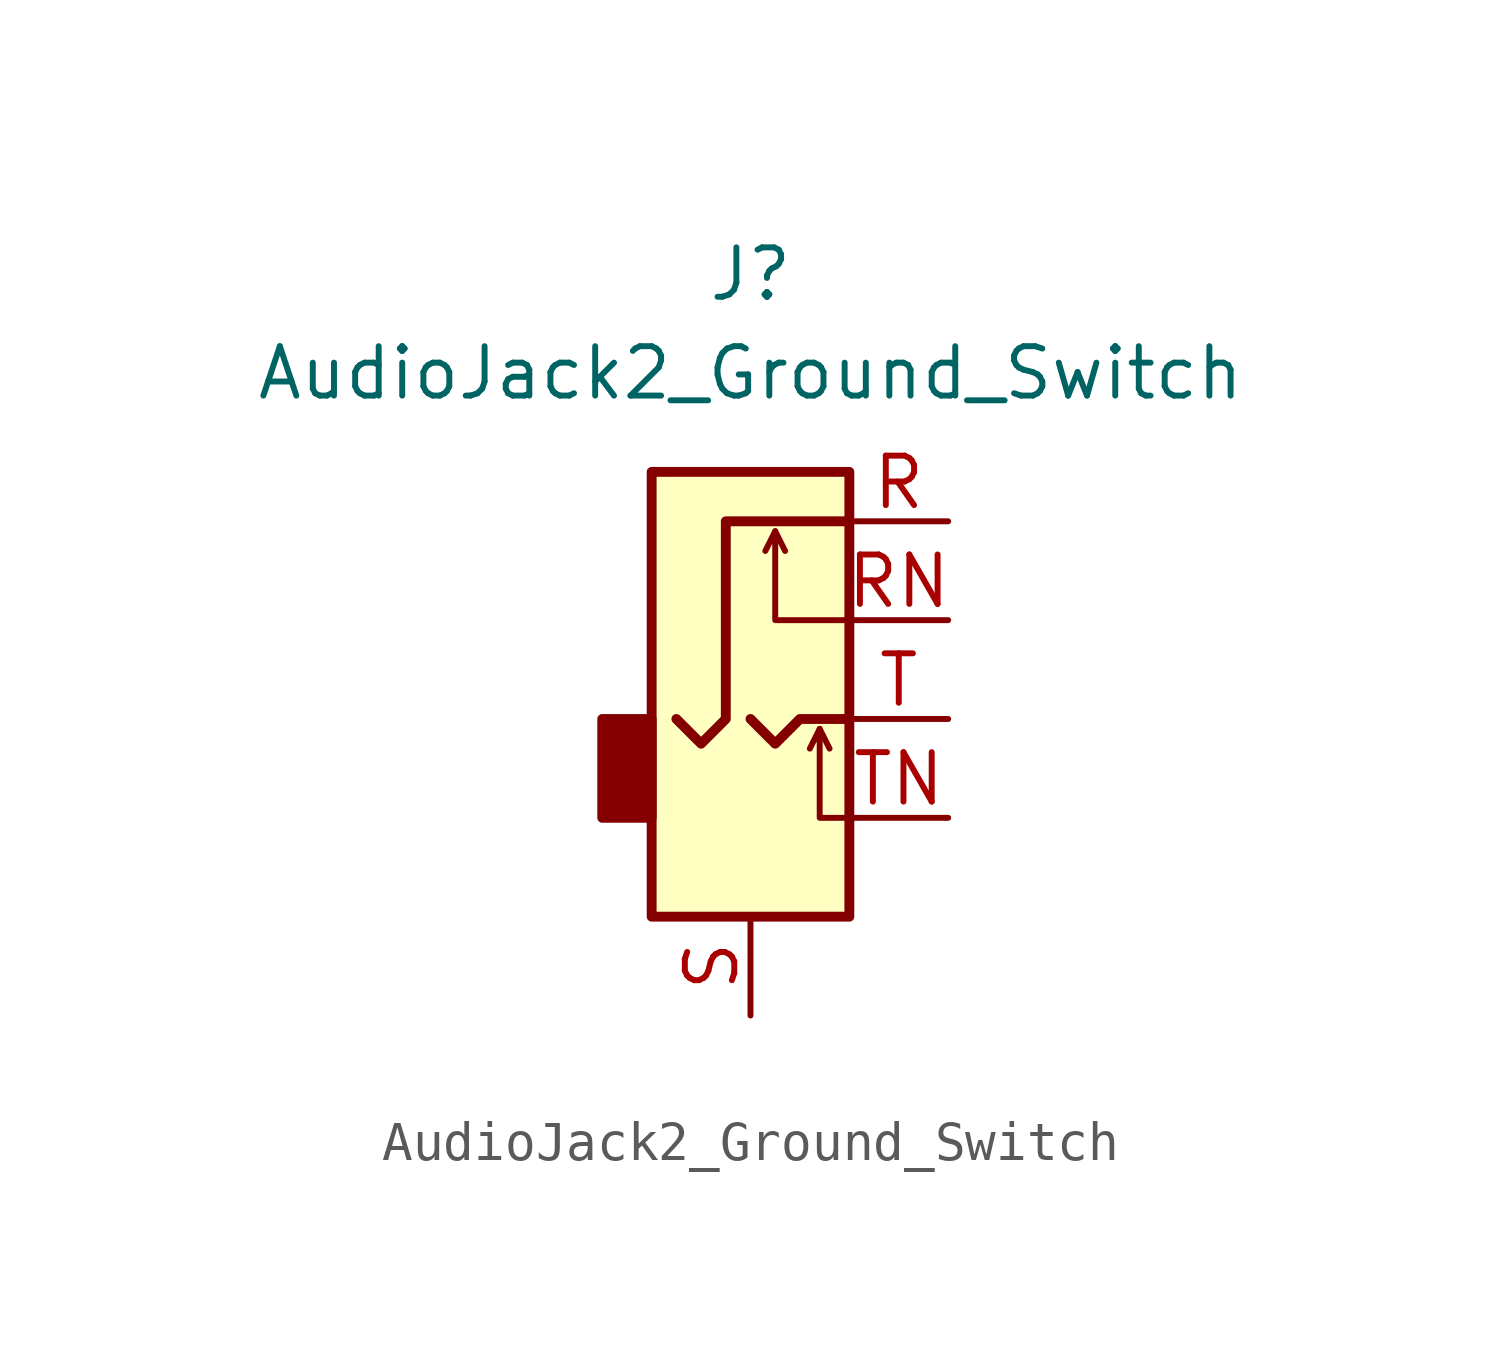
<source format=kicad_sym>
(kicad_symbol_lib
  (version 20231120)
  (generator "kicad_symbol_editor")
  (generator_version "8.0")
  (symbol "AudioJack2_Ground_Switch"
    (property "Reference" "J"
      (at 0 11.43 0)
      (effects (font (size 1.27 1.27))))
    (property "Value" "AudioJack2_Ground_Switch"
      (at 0 8.89 0)
      (effects (font (size 1.27 1.27))))
    (symbol "AudioJack2_Ground_Switch_0_1"
      (rectangle (start -2.54 -2.54) (end -3.81 0) (stroke (width 0.254) (type default)) (fill (type outline)))
      (rectangle (start 2.54 6.35) (end -2.54 -5.08) (stroke (width 0.254) (type default)) (fill (type background))))
    (symbol "AudioJack2_Ground_Switch_1_1"
      (polyline (pts (xy 0.635 4.826) (xy 0.889 4.318)) (stroke (width 0) (type default)) (fill (type none)))
      (polyline (pts (xy 1.778 -0.254) (xy 2.032 -0.762)) (stroke (width 0) (type default)) (fill (type none)))
      (polyline (pts (xy 0 0) (xy 0.635 -0.635) (xy 1.27 0) (xy 2.54 0)) (stroke (width 0.254) (type default)) (fill (type none)))
      (polyline (pts (xy 2.54 -2.54) (xy 1.778 -2.54) (xy 1.778 -0.254) (xy 1.524 -0.762)) (stroke (width 0) (type default)) (fill (type none)))
      (polyline (pts (xy 2.54 2.54) (xy 0.635 2.54) (xy 0.635 4.826) (xy 0.381 4.318)) (stroke (width 0) (type default)) (fill (type none)))
      (polyline (pts (xy 2.54 5.08) (xy -0.635 5.08) (xy -0.635 0) (xy -1.27 -0.635) (xy -1.905 0)) (stroke (width 0.254) (type default)) (fill (type none)))
      (pin passive line (at 5.08 5.08 180) (length 2.54) (name "" (effects (font (size 1.27 1.27)))) (number "R" (effects (font (size 1.27 1.27)))))
      (pin passive line (at 5.08 2.54 180) (length 2.54) (name "" (effects (font (size 1.27 1.27)))) (number "RN" (effects (font (size 1.27 1.27)))))
      (pin passive line (at 0 -7.62 90) (length 2.54) (name "~" (effects (font (size 1.27 1.27)))) (number "S" (effects (font (size 1.27 1.27)))))
      (pin passive line (at 5.08 0 180) (length 2.54) (name "" (effects (font (size 1.27 1.27)))) (number "T" (effects (font (size 1.27 1.27)))))
      (pin passive line (at 5.08 -2.54 180) (length 2.54) (name "~" (effects (font (size 1.27 1.27)))) (number "TN" (effects (font (size 1.27 1.27))))))))
</source>
